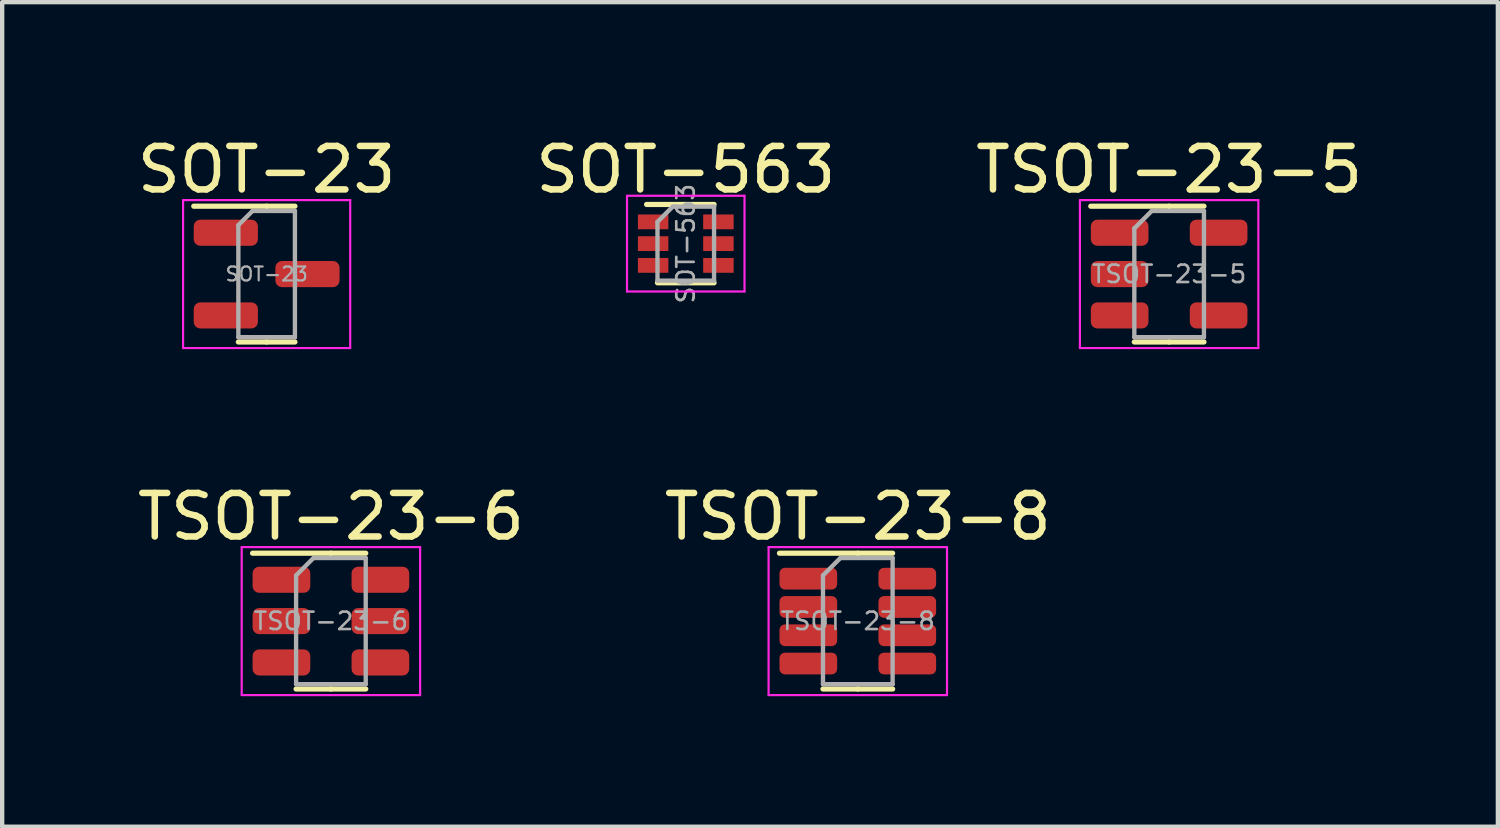
<source format=kicad_pcb>
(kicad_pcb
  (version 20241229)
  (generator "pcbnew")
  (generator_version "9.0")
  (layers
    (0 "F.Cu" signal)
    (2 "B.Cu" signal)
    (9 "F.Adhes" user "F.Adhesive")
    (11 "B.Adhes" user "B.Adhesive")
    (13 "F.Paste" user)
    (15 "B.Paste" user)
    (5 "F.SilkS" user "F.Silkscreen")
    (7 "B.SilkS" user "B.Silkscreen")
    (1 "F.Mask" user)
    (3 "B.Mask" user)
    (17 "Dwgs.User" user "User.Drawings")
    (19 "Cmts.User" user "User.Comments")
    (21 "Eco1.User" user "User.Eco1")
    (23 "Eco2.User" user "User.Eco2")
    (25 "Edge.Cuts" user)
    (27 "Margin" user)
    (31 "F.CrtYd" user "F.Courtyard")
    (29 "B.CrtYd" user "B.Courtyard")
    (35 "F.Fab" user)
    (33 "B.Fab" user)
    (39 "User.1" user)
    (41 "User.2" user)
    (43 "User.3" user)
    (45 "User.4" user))
  (footprint "SOT-563"
    (layer "F.Cu")
    (at 12.708 2.548)
    (property "Reference" "SOT-563" (at 0 -1.7 0) (layer "F.SilkS") (effects (font (size 1 1) (thickness 0.15))))
    (attr smd)
    (fp_line (start -0.9 -0.9) (end 0.65 -0.9) (stroke (width 0.12) (type solid)) (layer "F.SilkS"))
    (fp_line (start 0.65 0.9) (end -0.65 0.9) (stroke (width 0.12) (type solid)) (layer "F.SilkS"))
    (fp_line (start -1.35 -1.1) (end -1.35 1.1) (stroke (width 0.05) (type solid)) (layer "F.CrtYd"))
    (fp_line (start -1.35 -1.1) (end 1.35 -1.1) (stroke (width 0.05) (type solid)) (layer "F.CrtYd"))
    (fp_line (start 1.35 1.1) (end -1.35 1.1) (stroke (width 0.05) (type solid)) (layer "F.CrtYd"))
    (fp_line (start 1.35 1.1) (end 1.35 -1.1) (stroke (width 0.05) (type solid)) (layer "F.CrtYd"))
    (fp_line (start -0.65 -0.5) (end -0.65 0.85) (stroke (width 0.1) (type solid)) (layer "F.Fab"))
    (fp_line (start -0.65 -0.5) (end -0.3 -0.85) (stroke (width 0.1) (type solid)) (layer "F.Fab"))
    (fp_line (start -0.65 0.85) (end 0.65 0.85) (stroke (width 0.1) (type solid)) (layer "F.Fab"))
    (fp_line (start 0.65 -0.85) (end -0.3 -0.85) (stroke (width 0.1) (type solid)) (layer "F.Fab"))
    (fp_line (start 0.65 0.85) (end 0.65 -0.85) (stroke (width 0.1) (type solid)) (layer "F.Fab"))
    (fp_text user "${REFERENCE}" (at 0 0 90) (layer "F.Fab") (effects (font (size 0.4 0.4) (thickness 0.062))))
    (pad "1" smd rect (at -0.75 -0.5) (size 0.7 0.34) (layers "F.Cu" "F.Mask" "F.Paste"))
    (pad "2" smd rect (at -0.75 0) (size 0.7 0.34) (layers "F.Cu" "F.Mask" "F.Paste"))
    (pad "3" smd rect (at -0.75 0.5) (size 0.7 0.34) (layers "F.Cu" "F.Mask" "F.Paste"))
    (pad "4" smd rect (at 0.75 0.5) (size 0.7 0.34) (layers "F.Cu" "F.Mask" "F.Paste"))
    (pad "5" smd rect (at 0.75 0) (size 0.7 0.34) (layers "F.Cu" "F.Mask" "F.Paste"))
    (pad "6" smd rect (at 0.75 -0.5) (size 0.7 0.34) (layers "F.Cu" "F.Mask" "F.Paste")))
  (footprint "TSOT-23-8"
    (layer "F.Cu")
    (at 16.661 11.222)
    (property "Reference" "TSOT-23-8" (at 0 -2.4 0) (layer "F.SilkS") (effects (font (size 1 1) (thickness 0.15))))
    (attr smd)
    (fp_line (start 0 -1.56) (end -1.8 -1.56) (stroke (width 0.12) (type solid)) (layer "F.SilkS"))
    (fp_line (start 0 -1.56) (end 0.8 -1.56) (stroke (width 0.12) (type solid)) (layer "F.SilkS"))
    (fp_line (start 0 1.56) (end -0.8 1.56) (stroke (width 0.12) (type solid)) (layer "F.SilkS"))
    (fp_line (start 0 1.56) (end 0.8 1.56) (stroke (width 0.12) (type solid)) (layer "F.SilkS"))
    (fp_line (start -2.05 -1.7) (end -2.05 1.7) (stroke (width 0.05) (type solid)) (layer "F.CrtYd"))
    (fp_line (start -2.05 1.7) (end 2.05 1.7) (stroke (width 0.05) (type solid)) (layer "F.CrtYd"))
    (fp_line (start 2.05 -1.7) (end -2.05 -1.7) (stroke (width 0.05) (type solid)) (layer "F.CrtYd"))
    (fp_line (start 2.05 1.7) (end 2.05 -1.7) (stroke (width 0.05) (type solid)) (layer "F.CrtYd"))
    (fp_line (start -0.8 -1.05) (end -0.4 -1.45) (stroke (width 0.1) (type solid)) (layer "F.Fab"))
    (fp_line (start -0.8 1.45) (end -0.8 -1.05) (stroke (width 0.1) (type solid)) (layer "F.Fab"))
    (fp_line (start -0.4 -1.45) (end 0.8 -1.45) (stroke (width 0.1) (type solid)) (layer "F.Fab"))
    (fp_line (start 0.8 -1.45) (end 0.8 1.45) (stroke (width 0.1) (type solid)) (layer "F.Fab"))
    (fp_line (start 0.8 1.45) (end -0.8 1.45) (stroke (width 0.1) (type solid)) (layer "F.Fab"))
    (fp_text user "${REFERENCE}" (at 0 0 0) (layer "F.Fab") (effects (font (size 0.4 0.4) (thickness 0.06))))
    (pad "1" smd roundrect (at -1.137 -0.975) (size 1.325 0.5) (layers "F.Cu" "F.Mask" "F.Paste") (roundrect_rratio 0.25))
    (pad "2" smd roundrect (at -1.137 -0.325) (size 1.325 0.5) (layers "F.Cu" "F.Mask" "F.Paste") (roundrect_rratio 0.25))
    (pad "3" smd roundrect (at -1.137 0.325) (size 1.325 0.5) (layers "F.Cu" "F.Mask" "F.Paste") (roundrect_rratio 0.25))
    (pad "4" smd roundrect (at -1.137 0.975) (size 1.325 0.5) (layers "F.Cu" "F.Mask" "F.Paste") (roundrect_rratio 0.25))
    (pad "5" smd roundrect (at 1.137 0.975) (size 1.325 0.5) (layers "F.Cu" "F.Mask" "F.Paste") (roundrect_rratio 0.25))
    (pad "6" smd roundrect (at 1.137 0.325) (size 1.325 0.5) (layers "F.Cu" "F.Mask" "F.Paste") (roundrect_rratio 0.25))
    (pad "7" smd roundrect (at 1.137 -0.325) (size 1.325 0.5) (layers "F.Cu" "F.Mask" "F.Paste") (roundrect_rratio 0.25))
    (pad "8" smd roundrect (at 1.137 -0.975) (size 1.325 0.5) (layers "F.Cu" "F.Mask" "F.Paste") (roundrect_rratio 0.25)))
  (footprint "TSOT-23-5"
    (layer "F.Cu")
    (at 23.815 3.248)
    (property "Reference" "TSOT-23-5" (at 0 -2.4 0) (layer "F.SilkS") (effects (font (size 1 1) (thickness 0.15))))
    (attr smd)
    (fp_line (start 0 -1.56) (end -1.8 -1.56) (stroke (width 0.12) (type solid)) (layer "F.SilkS"))
    (fp_line (start 0 -1.56) (end 0.8 -1.56) (stroke (width 0.12) (type solid)) (layer "F.SilkS"))
    (fp_line (start 0 1.56) (end -0.8 1.56) (stroke (width 0.12) (type solid)) (layer "F.SilkS"))
    (fp_line (start 0 1.56) (end 0.8 1.56) (stroke (width 0.12) (type solid)) (layer "F.SilkS"))
    (fp_line (start -2.05 -1.7) (end -2.05 1.7) (stroke (width 0.05) (type solid)) (layer "F.CrtYd"))
    (fp_line (start -2.05 1.7) (end 2.05 1.7) (stroke (width 0.05) (type solid)) (layer "F.CrtYd"))
    (fp_line (start 2.05 -1.7) (end -2.05 -1.7) (stroke (width 0.05) (type solid)) (layer "F.CrtYd"))
    (fp_line (start 2.05 1.7) (end 2.05 -1.7) (stroke (width 0.05) (type solid)) (layer "F.CrtYd"))
    (fp_line (start -0.8 -1.05) (end -0.4 -1.45) (stroke (width 0.1) (type solid)) (layer "F.Fab"))
    (fp_line (start -0.8 1.45) (end -0.8 -1.05) (stroke (width 0.1) (type solid)) (layer "F.Fab"))
    (fp_line (start -0.4 -1.45) (end 0.8 -1.45) (stroke (width 0.1) (type solid)) (layer "F.Fab"))
    (fp_line (start 0.8 -1.45) (end 0.8 1.45) (stroke (width 0.1) (type solid)) (layer "F.Fab"))
    (fp_line (start 0.8 1.45) (end -0.8 1.45) (stroke (width 0.1) (type solid)) (layer "F.Fab"))
    (fp_text user "${REFERENCE}" (at 0 0 0) (layer "F.Fab") (effects (font (size 0.4 0.4) (thickness 0.06))))
    (pad "1" smd roundrect (at -1.137 -0.95) (size 1.325 0.6) (layers "F.Cu" "F.Mask" "F.Paste") (roundrect_rratio 0.25))
    (pad "2" smd roundrect (at -1.137 0) (size 1.325 0.6) (layers "F.Cu" "F.Mask" "F.Paste") (roundrect_rratio 0.25))
    (pad "3" smd roundrect (at -1.137 0.95) (size 1.325 0.6) (layers "F.Cu" "F.Mask" "F.Paste") (roundrect_rratio 0.25))
    (pad "4" smd roundrect (at 1.137 0.95) (size 1.325 0.6) (layers "F.Cu" "F.Mask" "F.Paste") (roundrect_rratio 0.25))
    (pad "5" smd roundrect (at 1.137 -0.95) (size 1.325 0.6) (layers "F.Cu" "F.Mask" "F.Paste") (roundrect_rratio 0.25)))
  (footprint "TSOT-23-6"
    (layer "F.Cu")
    (at 4.554 11.222)
    (property "Reference" "TSOT-23-6" (at 0 -2.4 0) (layer "F.SilkS") (effects (font (size 1 1) (thickness 0.15))))
    (attr smd)
    (fp_line (start 0 -1.56) (end -1.8 -1.56) (stroke (width 0.12) (type solid)) (layer "F.SilkS"))
    (fp_line (start 0 -1.56) (end 0.8 -1.56) (stroke (width 0.12) (type solid)) (layer "F.SilkS"))
    (fp_line (start 0 1.56) (end -0.8 1.56) (stroke (width 0.12) (type solid)) (layer "F.SilkS"))
    (fp_line (start 0 1.56) (end 0.8 1.56) (stroke (width 0.12) (type solid)) (layer "F.SilkS"))
    (fp_line (start -2.05 -1.7) (end -2.05 1.7) (stroke (width 0.05) (type solid)) (layer "F.CrtYd"))
    (fp_line (start -2.05 1.7) (end 2.05 1.7) (stroke (width 0.05) (type solid)) (layer "F.CrtYd"))
    (fp_line (start 2.05 -1.7) (end -2.05 -1.7) (stroke (width 0.05) (type solid)) (layer "F.CrtYd"))
    (fp_line (start 2.05 1.7) (end 2.05 -1.7) (stroke (width 0.05) (type solid)) (layer "F.CrtYd"))
    (fp_line (start -0.8 -1.05) (end -0.4 -1.45) (stroke (width 0.1) (type solid)) (layer "F.Fab"))
    (fp_line (start -0.8 1.45) (end -0.8 -1.05) (stroke (width 0.1) (type solid)) (layer "F.Fab"))
    (fp_line (start -0.4 -1.45) (end 0.8 -1.45) (stroke (width 0.1) (type solid)) (layer "F.Fab"))
    (fp_line (start 0.8 -1.45) (end 0.8 1.45) (stroke (width 0.1) (type solid)) (layer "F.Fab"))
    (fp_line (start 0.8 1.45) (end -0.8 1.45) (stroke (width 0.1) (type solid)) (layer "F.Fab"))
    (fp_text user "${REFERENCE}" (at 0 0 0) (layer "F.Fab") (effects (font (size 0.4 0.4) (thickness 0.06))))
    (pad "1" smd roundrect (at -1.137 -0.95) (size 1.325 0.6) (layers "F.Cu" "F.Mask" "F.Paste") (roundrect_rratio 0.25))
    (pad "2" smd roundrect (at -1.137 0) (size 1.325 0.6) (layers "F.Cu" "F.Mask" "F.Paste") (roundrect_rratio 0.25))
    (pad "3" smd roundrect (at -1.137 0.95) (size 1.325 0.6) (layers "F.Cu" "F.Mask" "F.Paste") (roundrect_rratio 0.25))
    (pad "4" smd roundrect (at 1.137 0.95) (size 1.325 0.6) (layers "F.Cu" "F.Mask" "F.Paste") (roundrect_rratio 0.25))
    (pad "5" smd roundrect (at 1.137 0) (size 1.325 0.6) (layers "F.Cu" "F.Mask" "F.Paste") (roundrect_rratio 0.25))
    (pad "6" smd roundrect (at 1.137 -0.95) (size 1.325 0.6) (layers "F.Cu" "F.Mask" "F.Paste") (roundrect_rratio 0.25)))
  (footprint "SOT-23"
    (layer "F.Cu")
    (at 3.077 3.248)
    (property "Reference" "SOT-23" (at 0 -2.4 0) (layer "F.SilkS") (effects (font (size 1 1) (thickness 0.15))))
    (attr smd)
    (fp_line (start 0 -1.56) (end -1.675 -1.56) (stroke (width 0.12) (type solid)) (layer "F.SilkS"))
    (fp_line (start 0 -1.56) (end 0.65 -1.56) (stroke (width 0.12) (type solid)) (layer "F.SilkS"))
    (fp_line (start 0 1.56) (end -0.65 1.56) (stroke (width 0.12) (type solid)) (layer "F.SilkS"))
    (fp_line (start 0 1.56) (end 0.65 1.56) (stroke (width 0.12) (type solid)) (layer "F.SilkS"))
    (fp_line (start -1.92 -1.7) (end -1.92 1.7) (stroke (width 0.05) (type solid)) (layer "F.CrtYd"))
    (fp_line (start -1.92 1.7) (end 1.92 1.7) (stroke (width 0.05) (type solid)) (layer "F.CrtYd"))
    (fp_line (start 1.92 -1.7) (end -1.92 -1.7) (stroke (width 0.05) (type solid)) (layer "F.CrtYd"))
    (fp_line (start 1.92 1.7) (end 1.92 -1.7) (stroke (width 0.05) (type solid)) (layer "F.CrtYd"))
    (fp_line (start -0.65 -1.125) (end -0.325 -1.45) (stroke (width 0.1) (type solid)) (layer "F.Fab"))
    (fp_line (start -0.65 1.45) (end -0.65 -1.125) (stroke (width 0.1) (type solid)) (layer "F.Fab"))
    (fp_line (start -0.325 -1.45) (end 0.65 -1.45) (stroke (width 0.1) (type solid)) (layer "F.Fab"))
    (fp_line (start 0.65 -1.45) (end 0.65 1.45) (stroke (width 0.1) (type solid)) (layer "F.Fab"))
    (fp_line (start 0.65 1.45) (end -0.65 1.45) (stroke (width 0.1) (type solid)) (layer "F.Fab"))
    (fp_text user "${REFERENCE}" (at 0 0 0) (layer "F.Fab") (effects (font (size 0.32 0.32) (thickness 0.05))))
    (pad "1" smd roundrect (at -0.938 -0.95) (size 1.475 0.6) (layers "F.Cu" "F.Mask" "F.Paste") (roundrect_rratio 0.25))
    (pad "2" smd roundrect (at -0.938 0.95) (size 1.475 0.6) (layers "F.Cu" "F.Mask" "F.Paste") (roundrect_rratio 0.25))
    (pad "3" smd roundrect (at 0.938 0) (size 1.475 0.6) (layers "F.Cu" "F.Mask" "F.Paste") (roundrect_rratio 0.25)))
  (gr_rect
    (start -3 -3)
    (end 31.369 15.947)
    (stroke (width 0.1) (type default))
    (fill no)
    (layer "Edge.Cuts")))
</source>
